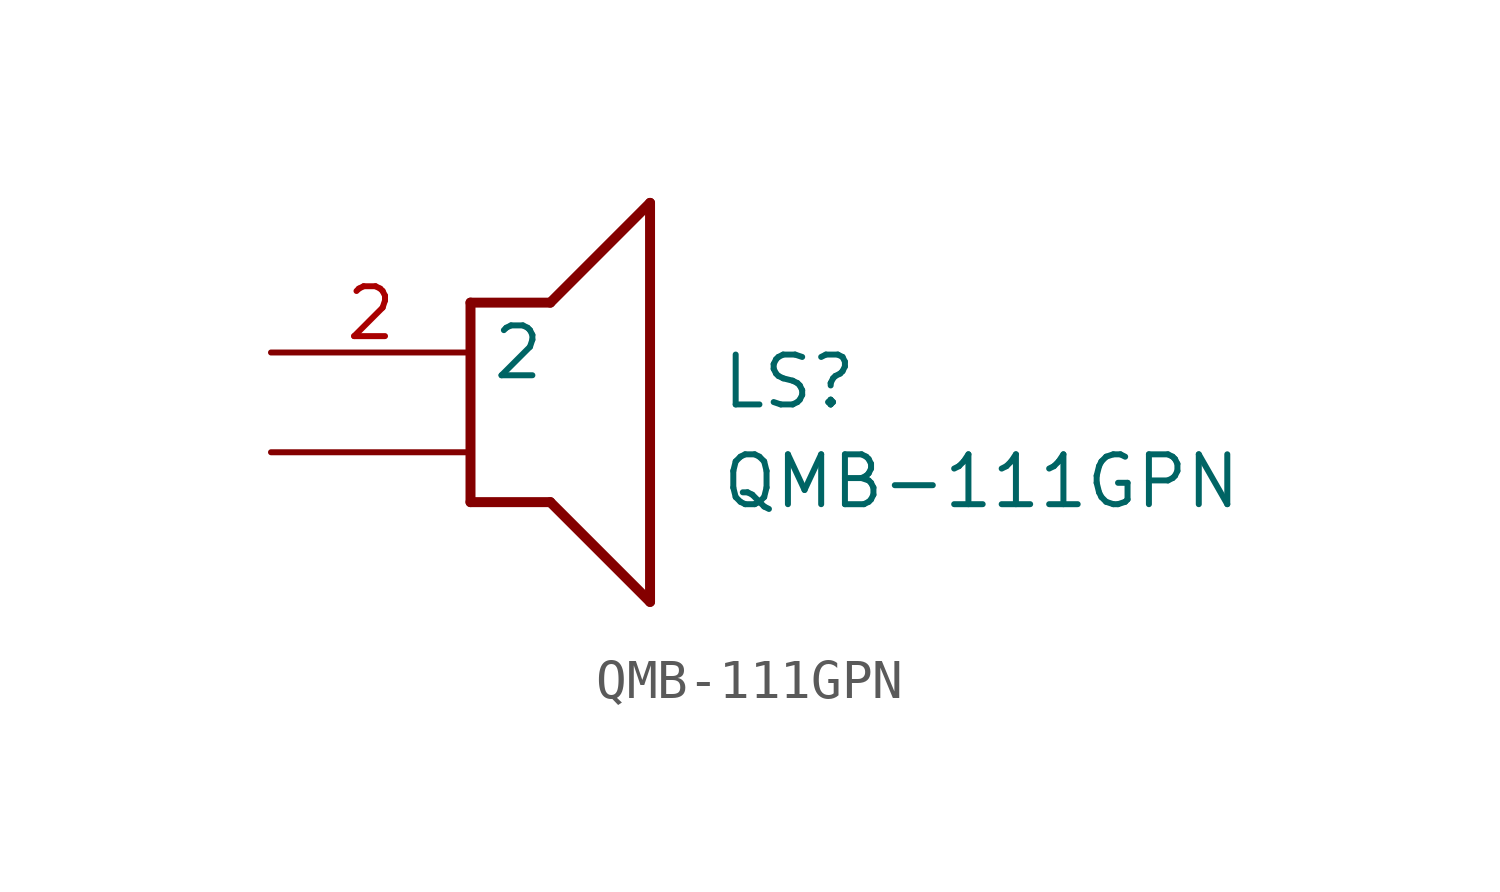
<source format=kicad_sym>
(kicad_symbol_lib
  (version 20211014)
  (generator SamacSys_ECAD_Model)
  (symbol "QMB-111GPN"
    (property "Reference" "LS"
      (at 11.43 0 0)
      (effects (font (size 1.27 1.27)) (justify left top)))
    (property "Value" "QMB-111GPN"
      (at 11.43 -2.54 0)
      (effects (font (size 1.27 1.27)) (justify left top)))
    (polyline
      (pts (xy 5.08 1.27) (xy 7.112 1.27))
      (stroke (width 0.254) (type default))
      (fill (type none)))
    (polyline
      (pts (xy 9.652 3.81) (xy 7.112 1.27))
      (stroke (width 0.254) (type default))
      (fill (type none)))
    (polyline
      (pts (xy 9.652 3.81) (xy 9.652 -6.35))
      (stroke (width 0.254) (type default))
      (fill (type none)))
    (polyline
      (pts (xy 7.112 -3.81) (xy 9.652 -6.35))
      (stroke (width 0.254) (type default))
      (fill (type none)))
    (polyline
      (pts (xy 7.112 -3.81) (xy 5.08 -3.81))
      (stroke (width 0.254) (type default))
      (fill (type none)))
    (polyline
      (pts (xy 5.08 1.27) (xy 5.08 -3.81))
      (stroke (width 0.254) (type default))
      (fill (type none)))
    (pin passive line
      (at 0 0 0)
      (length 5.08)
      (name "2" (effects (font (size 1.27 1.27))))
      (number "2" (effects (font (size 1.27 1.27)))))
    (pin passive line
      (at 0 -2.54 0)
      (length 5.08)
      (name "" (effects (font (size 1.27 1.27))))
      (number "" (effects (font (size 1.27 1.27)))))))
</source>
